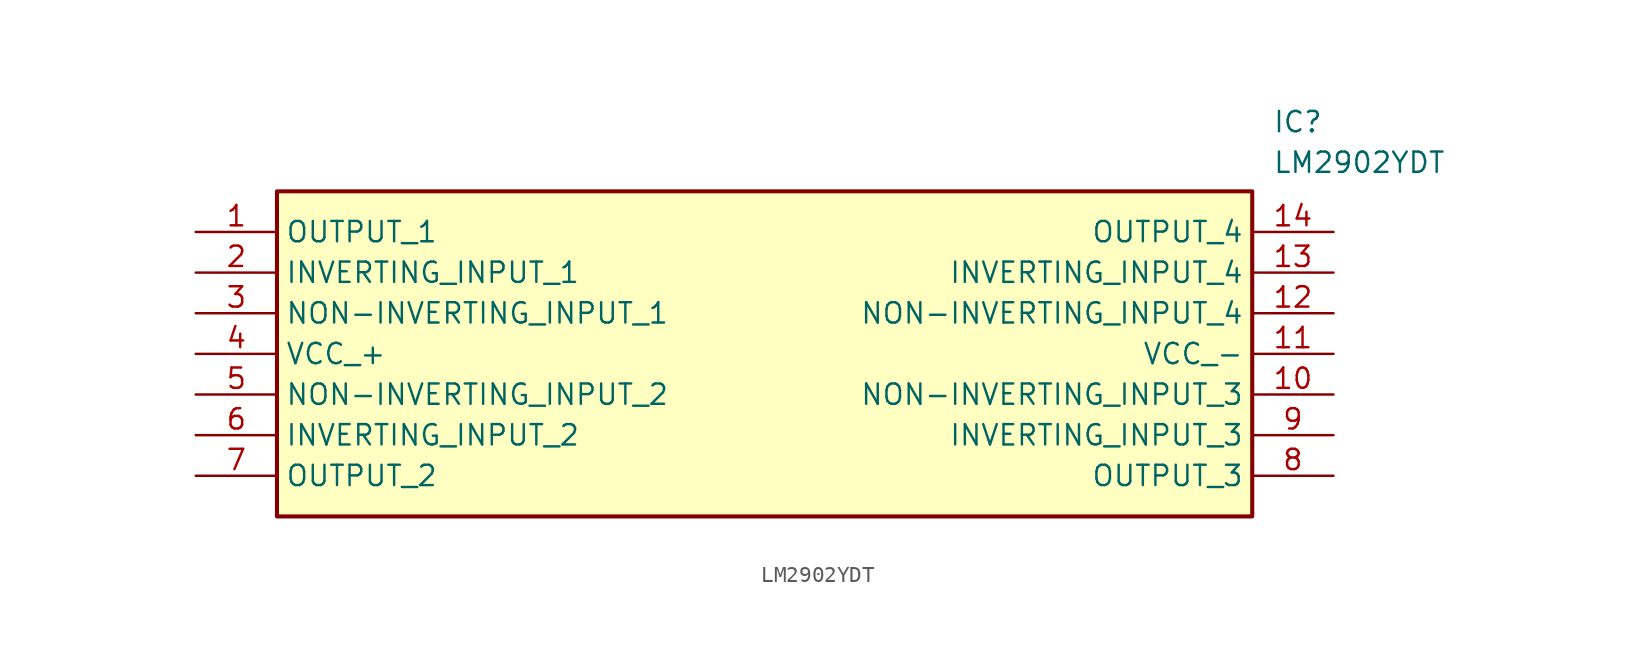
<source format=kicad_sym>
(kicad_symbol_lib
  (version 20220914)
  (generator SamacSys_ECAD_Model)
  (symbol "LM2902YDT"
    (property "Reference" "IC"
      (at 67.31 7.62 0)
      (effects (font (size 1.27 1.27)) (justify left top)))
    (property "Value" "LM2902YDT"
      (at 67.31 5.08 0)
      (effects (font (size 1.27 1.27)) (justify left top)))
    (rectangle
      (start 5.08 2.54)
      (end 66.04 -17.78)
      (stroke (width 0.254) (type default))
      (fill (type background)))
    (pin passive line
      (at 0 0 0)
      (length 5.08)
      (name "OUTPUT_1" (effects (font (size 1.27 1.27))))
      (number "1" (effects (font (size 1.27 1.27)))))
    (pin passive line
      (at 0 -2.54 0)
      (length 5.08)
      (name "INVERTING_INPUT_1" (effects (font (size 1.27 1.27))))
      (number "2" (effects (font (size 1.27 1.27)))))
    (pin passive line
      (at 0 -5.08 0)
      (length 5.08)
      (name "NON-INVERTING_INPUT_1" (effects (font (size 1.27 1.27))))
      (number "3" (effects (font (size 1.27 1.27)))))
    (pin passive line
      (at 0 -7.62 0)
      (length 5.08)
      (name "VCC_+" (effects (font (size 1.27 1.27))))
      (number "4" (effects (font (size 1.27 1.27)))))
    (pin passive line
      (at 0 -10.16 0)
      (length 5.08)
      (name "NON-INVERTING_INPUT_2" (effects (font (size 1.27 1.27))))
      (number "5" (effects (font (size 1.27 1.27)))))
    (pin passive line
      (at 0 -12.7 0)
      (length 5.08)
      (name "INVERTING_INPUT_2" (effects (font (size 1.27 1.27))))
      (number "6" (effects (font (size 1.27 1.27)))))
    (pin passive line
      (at 0 -15.24 0)
      (length 5.08)
      (name "OUTPUT_2" (effects (font (size 1.27 1.27))))
      (number "7" (effects (font (size 1.27 1.27)))))
    (pin passive line
      (at 71.12 0 180)
      (length 5.08)
      (name "OUTPUT_4" (effects (font (size 1.27 1.27))))
      (number "14" (effects (font (size 1.27 1.27)))))
    (pin passive line
      (at 71.12 -2.54 180)
      (length 5.08)
      (name "INVERTING_INPUT_4" (effects (font (size 1.27 1.27))))
      (number "13" (effects (font (size 1.27 1.27)))))
    (pin passive line
      (at 71.12 -5.08 180)
      (length 5.08)
      (name "NON-INVERTING_INPUT_4" (effects (font (size 1.27 1.27))))
      (number "12" (effects (font (size 1.27 1.27)))))
    (pin passive line
      (at 71.12 -7.62 180)
      (length 5.08)
      (name "VCC_-" (effects (font (size 1.27 1.27))))
      (number "11" (effects (font (size 1.27 1.27)))))
    (pin passive line
      (at 71.12 -10.16 180)
      (length 5.08)
      (name "NON-INVERTING_INPUT_3" (effects (font (size 1.27 1.27))))
      (number "10" (effects (font (size 1.27 1.27)))))
    (pin passive line
      (at 71.12 -12.7 180)
      (length 5.08)
      (name "INVERTING_INPUT_3" (effects (font (size 1.27 1.27))))
      (number "9" (effects (font (size 1.27 1.27)))))
    (pin passive line
      (at 71.12 -15.24 180)
      (length 5.08)
      (name "OUTPUT_3" (effects (font (size 1.27 1.27))))
      (number "8" (effects (font (size 1.27 1.27)))))))
</source>
